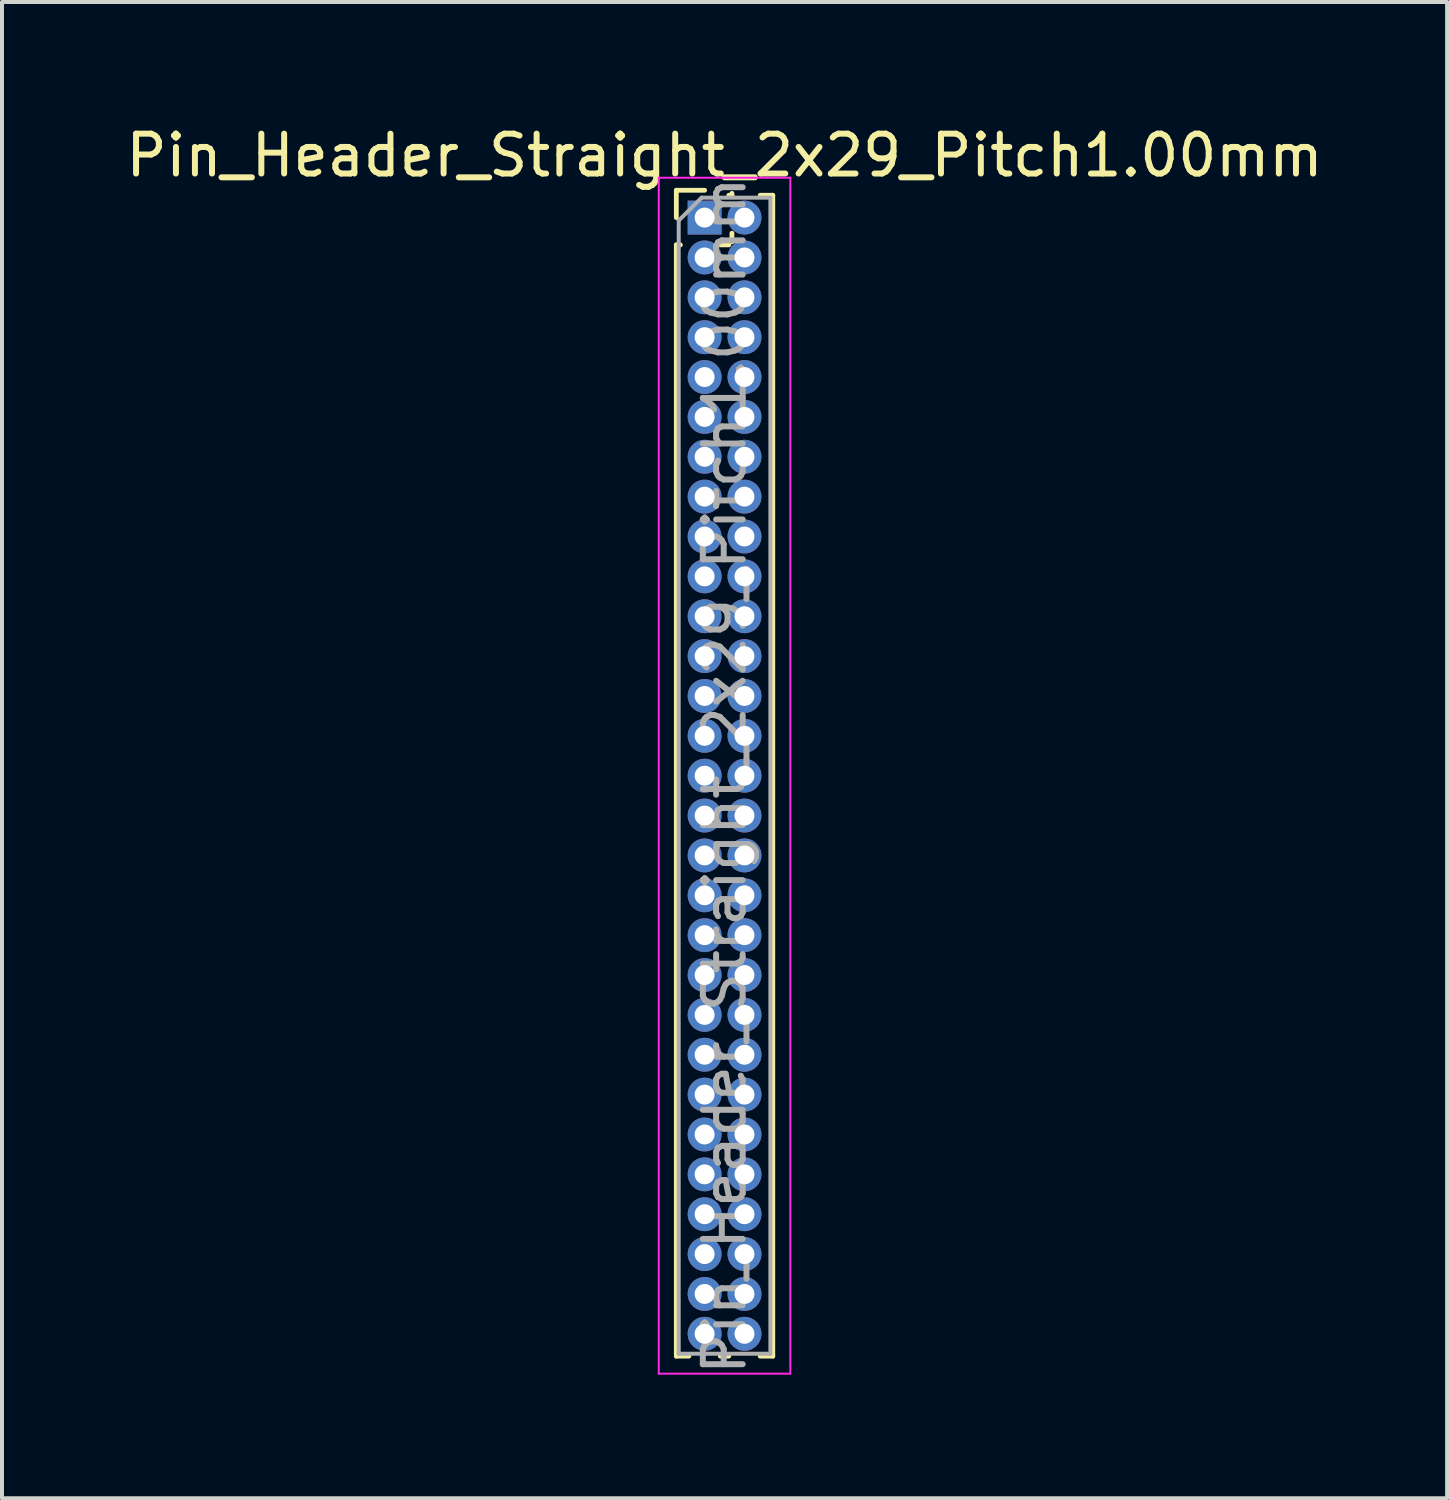
<source format=kicad_pcb>
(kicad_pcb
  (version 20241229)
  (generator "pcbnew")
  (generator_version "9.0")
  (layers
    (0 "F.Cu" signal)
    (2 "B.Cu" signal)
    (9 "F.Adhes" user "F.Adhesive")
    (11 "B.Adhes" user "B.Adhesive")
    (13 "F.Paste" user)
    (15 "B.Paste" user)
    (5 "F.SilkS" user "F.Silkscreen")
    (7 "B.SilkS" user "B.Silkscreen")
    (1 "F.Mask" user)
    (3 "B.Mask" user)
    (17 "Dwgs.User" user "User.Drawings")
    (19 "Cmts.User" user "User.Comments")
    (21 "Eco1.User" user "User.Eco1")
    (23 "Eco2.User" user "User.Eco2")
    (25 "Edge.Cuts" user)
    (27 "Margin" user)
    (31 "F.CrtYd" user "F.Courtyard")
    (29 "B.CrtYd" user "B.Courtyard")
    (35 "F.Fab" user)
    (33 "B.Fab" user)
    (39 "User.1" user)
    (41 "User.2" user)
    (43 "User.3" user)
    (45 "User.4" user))
  (footprint "Pin_Header_Straight_2x29_Pitch1.00mm"
    (layer "F.Cu")
    (at 14.625 2.408)
    (property "Reference" "Pin_Header_Straight_2x29_Pitch1.00mm" (at 0.5 -1.56 0) (layer "F.SilkS") (effects (font (size 1 1) (thickness 0.15))))
    (attr through_hole)
    (fp_line (start -0.71 -0.685) (end 0 -0.685) (stroke (width 0.12) (type solid)) (layer "F.SilkS"))
    (fp_line (start -0.71 0) (end -0.71 -0.685) (stroke (width 0.12) (type solid)) (layer "F.SilkS"))
    (fp_line (start -0.71 0.685) (end -0.71 28.56) (stroke (width 0.12) (type solid)) (layer "F.SilkS"))
    (fp_line (start -0.71 0.685) (end -0.608 0.685) (stroke (width 0.12) (type solid)) (layer "F.SilkS"))
    (fp_line (start -0.71 28.56) (end -0.394 28.56) (stroke (width 0.12) (type solid)) (layer "F.SilkS"))
    (fp_line (start 0.394 28.56) (end 0.606 28.56) (stroke (width 0.12) (type solid)) (layer "F.SilkS"))
    (fp_line (start 0.608 0.685) (end 0.392 0.685) (stroke (width 0.12) (type solid)) (layer "F.SilkS"))
    (fp_line (start 0.685 -0.608) (end 0.685 -0.56) (stroke (width 0.12) (type solid)) (layer "F.SilkS"))
    (fp_line (start 0.685 -0.56) (end 0.606 -0.56) (stroke (width 0.12) (type solid)) (layer "F.SilkS"))
    (fp_line (start 0.685 0.392) (end 0.685 0.608) (stroke (width 0.12) (type solid)) (layer "F.SilkS"))
    (fp_line (start 1.394 -0.56) (end 1.71 -0.56) (stroke (width 0.12) (type solid)) (layer "F.SilkS"))
    (fp_line (start 1.394 28.56) (end 1.71 28.56) (stroke (width 0.12) (type solid)) (layer "F.SilkS"))
    (fp_line (start 1.71 -0.56) (end 1.71 28.56) (stroke (width 0.12) (type solid)) (layer "F.SilkS"))
    (fp_line (start -1.15 -1) (end -1.15 29) (stroke (width 0.05) (type solid)) (layer "F.CrtYd"))
    (fp_line (start -1.15 29) (end 2.15 29) (stroke (width 0.05) (type solid)) (layer "F.CrtYd"))
    (fp_line (start 2.15 -1) (end -1.15 -1) (stroke (width 0.05) (type solid)) (layer "F.CrtYd"))
    (fp_line (start 2.15 29) (end 2.15 -1) (stroke (width 0.05) (type solid)) (layer "F.CrtYd"))
    (fp_line (start -0.65 0.075) (end -0.075 -0.5) (stroke (width 0.1) (type solid)) (layer "F.Fab"))
    (fp_line (start -0.65 28.5) (end -0.65 0.075) (stroke (width 0.1) (type solid)) (layer "F.Fab"))
    (fp_line (start -0.075 -0.5) (end 1.65 -0.5) (stroke (width 0.1) (type solid)) (layer "F.Fab"))
    (fp_line (start 1.65 -0.5) (end 1.65 28.5) (stroke (width 0.1) (type solid)) (layer "F.Fab"))
    (fp_line (start 1.65 28.5) (end -0.65 28.5) (stroke (width 0.1) (type solid)) (layer "F.Fab"))
    (fp_text user "${REFERENCE}" (at 0.5 14 90) (layer "F.Fab") (effects (font (size 1 1) (thickness 0.15))))
    (pad "1" thru_hole rect (at 0 0) (size 0.85 0.85) (drill 0.5) (layers "*.Cu" "*.Mask"))
    (pad "2" thru_hole oval (at 1 0) (size 0.85 0.85) (drill 0.5) (layers "*.Cu" "*.Mask"))
    (pad "3" thru_hole oval (at 0 1) (size 0.85 0.85) (drill 0.5) (layers "*.Cu" "*.Mask"))
    (pad "4" thru_hole oval (at 1 1) (size 0.85 0.85) (drill 0.5) (layers "*.Cu" "*.Mask"))
    (pad "5" thru_hole oval (at 0 2) (size 0.85 0.85) (drill 0.5) (layers "*.Cu" "*.Mask"))
    (pad "6" thru_hole oval (at 1 2) (size 0.85 0.85) (drill 0.5) (layers "*.Cu" "*.Mask"))
    (pad "7" thru_hole oval (at 0 3) (size 0.85 0.85) (drill 0.5) (layers "*.Cu" "*.Mask"))
    (pad "8" thru_hole oval (at 1 3) (size 0.85 0.85) (drill 0.5) (layers "*.Cu" "*.Mask"))
    (pad "9" thru_hole oval (at 0 4) (size 0.85 0.85) (drill 0.5) (layers "*.Cu" "*.Mask"))
    (pad "10" thru_hole oval (at 1 4) (size 0.85 0.85) (drill 0.5) (layers "*.Cu" "*.Mask"))
    (pad "11" thru_hole oval (at 0 5) (size 0.85 0.85) (drill 0.5) (layers "*.Cu" "*.Mask"))
    (pad "12" thru_hole oval (at 1 5) (size 0.85 0.85) (drill 0.5) (layers "*.Cu" "*.Mask"))
    (pad "13" thru_hole oval (at 0 6) (size 0.85 0.85) (drill 0.5) (layers "*.Cu" "*.Mask"))
    (pad "14" thru_hole oval (at 1 6) (size 0.85 0.85) (drill 0.5) (layers "*.Cu" "*.Mask"))
    (pad "15" thru_hole oval (at 0 7) (size 0.85 0.85) (drill 0.5) (layers "*.Cu" "*.Mask"))
    (pad "16" thru_hole oval (at 1 7) (size 0.85 0.85) (drill 0.5) (layers "*.Cu" "*.Mask"))
    (pad "17" thru_hole oval (at 0 8) (size 0.85 0.85) (drill 0.5) (layers "*.Cu" "*.Mask"))
    (pad "18" thru_hole oval (at 1 8) (size 0.85 0.85) (drill 0.5) (layers "*.Cu" "*.Mask"))
    (pad "19" thru_hole oval (at 0 9) (size 0.85 0.85) (drill 0.5) (layers "*.Cu" "*.Mask"))
    (pad "20" thru_hole oval (at 1 9) (size 0.85 0.85) (drill 0.5) (layers "*.Cu" "*.Mask"))
    (pad "21" thru_hole oval (at 0 10) (size 0.85 0.85) (drill 0.5) (layers "*.Cu" "*.Mask"))
    (pad "22" thru_hole oval (at 1 10) (size 0.85 0.85) (drill 0.5) (layers "*.Cu" "*.Mask"))
    (pad "23" thru_hole oval (at 0 11) (size 0.85 0.85) (drill 0.5) (layers "*.Cu" "*.Mask"))
    (pad "24" thru_hole oval (at 1 11) (size 0.85 0.85) (drill 0.5) (layers "*.Cu" "*.Mask"))
    (pad "25" thru_hole oval (at 0 12) (size 0.85 0.85) (drill 0.5) (layers "*.Cu" "*.Mask"))
    (pad "26" thru_hole oval (at 1 12) (size 0.85 0.85) (drill 0.5) (layers "*.Cu" "*.Mask"))
    (pad "27" thru_hole oval (at 0 13) (size 0.85 0.85) (drill 0.5) (layers "*.Cu" "*.Mask"))
    (pad "28" thru_hole oval (at 1 13) (size 0.85 0.85) (drill 0.5) (layers "*.Cu" "*.Mask"))
    (pad "29" thru_hole oval (at 0 14) (size 0.85 0.85) (drill 0.5) (layers "*.Cu" "*.Mask"))
    (pad "30" thru_hole oval (at 1 14) (size 0.85 0.85) (drill 0.5) (layers "*.Cu" "*.Mask"))
    (pad "31" thru_hole oval (at 0 15) (size 0.85 0.85) (drill 0.5) (layers "*.Cu" "*.Mask"))
    (pad "32" thru_hole oval (at 1 15) (size 0.85 0.85) (drill 0.5) (layers "*.Cu" "*.Mask"))
    (pad "33" thru_hole oval (at 0 16) (size 0.85 0.85) (drill 0.5) (layers "*.Cu" "*.Mask"))
    (pad "34" thru_hole oval (at 1 16) (size 0.85 0.85) (drill 0.5) (layers "*.Cu" "*.Mask"))
    (pad "35" thru_hole oval (at 0 17) (size 0.85 0.85) (drill 0.5) (layers "*.Cu" "*.Mask"))
    (pad "36" thru_hole oval (at 1 17) (size 0.85 0.85) (drill 0.5) (layers "*.Cu" "*.Mask"))
    (pad "37" thru_hole oval (at 0 18) (size 0.85 0.85) (drill 0.5) (layers "*.Cu" "*.Mask"))
    (pad "38" thru_hole oval (at 1 18) (size 0.85 0.85) (drill 0.5) (layers "*.Cu" "*.Mask"))
    (pad "39" thru_hole oval (at 0 19) (size 0.85 0.85) (drill 0.5) (layers "*.Cu" "*.Mask"))
    (pad "40" thru_hole oval (at 1 19) (size 0.85 0.85) (drill 0.5) (layers "*.Cu" "*.Mask"))
    (pad "41" thru_hole oval (at 0 20) (size 0.85 0.85) (drill 0.5) (layers "*.Cu" "*.Mask"))
    (pad "42" thru_hole oval (at 1 20) (size 0.85 0.85) (drill 0.5) (layers "*.Cu" "*.Mask"))
    (pad "43" thru_hole oval (at 0 21) (size 0.85 0.85) (drill 0.5) (layers "*.Cu" "*.Mask"))
    (pad "44" thru_hole oval (at 1 21) (size 0.85 0.85) (drill 0.5) (layers "*.Cu" "*.Mask"))
    (pad "45" thru_hole oval (at 0 22) (size 0.85 0.85) (drill 0.5) (layers "*.Cu" "*.Mask"))
    (pad "46" thru_hole oval (at 1 22) (size 0.85 0.85) (drill 0.5) (layers "*.Cu" "*.Mask"))
    (pad "47" thru_hole oval (at 0 23) (size 0.85 0.85) (drill 0.5) (layers "*.Cu" "*.Mask"))
    (pad "48" thru_hole oval (at 1 23) (size 0.85 0.85) (drill 0.5) (layers "*.Cu" "*.Mask"))
    (pad "49" thru_hole oval (at 0 24) (size 0.85 0.85) (drill 0.5) (layers "*.Cu" "*.Mask"))
    (pad "50" thru_hole oval (at 1 24) (size 0.85 0.85) (drill 0.5) (layers "*.Cu" "*.Mask"))
    (pad "51" thru_hole oval (at 0 25) (size 0.85 0.85) (drill 0.5) (layers "*.Cu" "*.Mask"))
    (pad "52" thru_hole oval (at 1 25) (size 0.85 0.85) (drill 0.5) (layers "*.Cu" "*.Mask"))
    (pad "53" thru_hole oval (at 0 26) (size 0.85 0.85) (drill 0.5) (layers "*.Cu" "*.Mask"))
    (pad "54" thru_hole oval (at 1 26) (size 0.85 0.85) (drill 0.5) (layers "*.Cu" "*.Mask"))
    (pad "55" thru_hole oval (at 0 27) (size 0.85 0.85) (drill 0.5) (layers "*.Cu" "*.Mask"))
    (pad "56" thru_hole oval (at 1 27) (size 0.85 0.85) (drill 0.5) (layers "*.Cu" "*.Mask"))
    (pad "57" thru_hole oval (at 0 28) (size 0.85 0.85) (drill 0.5) (layers "*.Cu" "*.Mask"))
    (pad "58" thru_hole oval (at 1 28) (size 0.85 0.85) (drill 0.5) (layers "*.Cu" "*.Mask")))
  (gr_rect
    (start -3 -3)
    (end 33.25 34.533)
    (stroke (width 0.1) (type default))
    (fill no)
    (layer "Edge.Cuts")))
</source>
